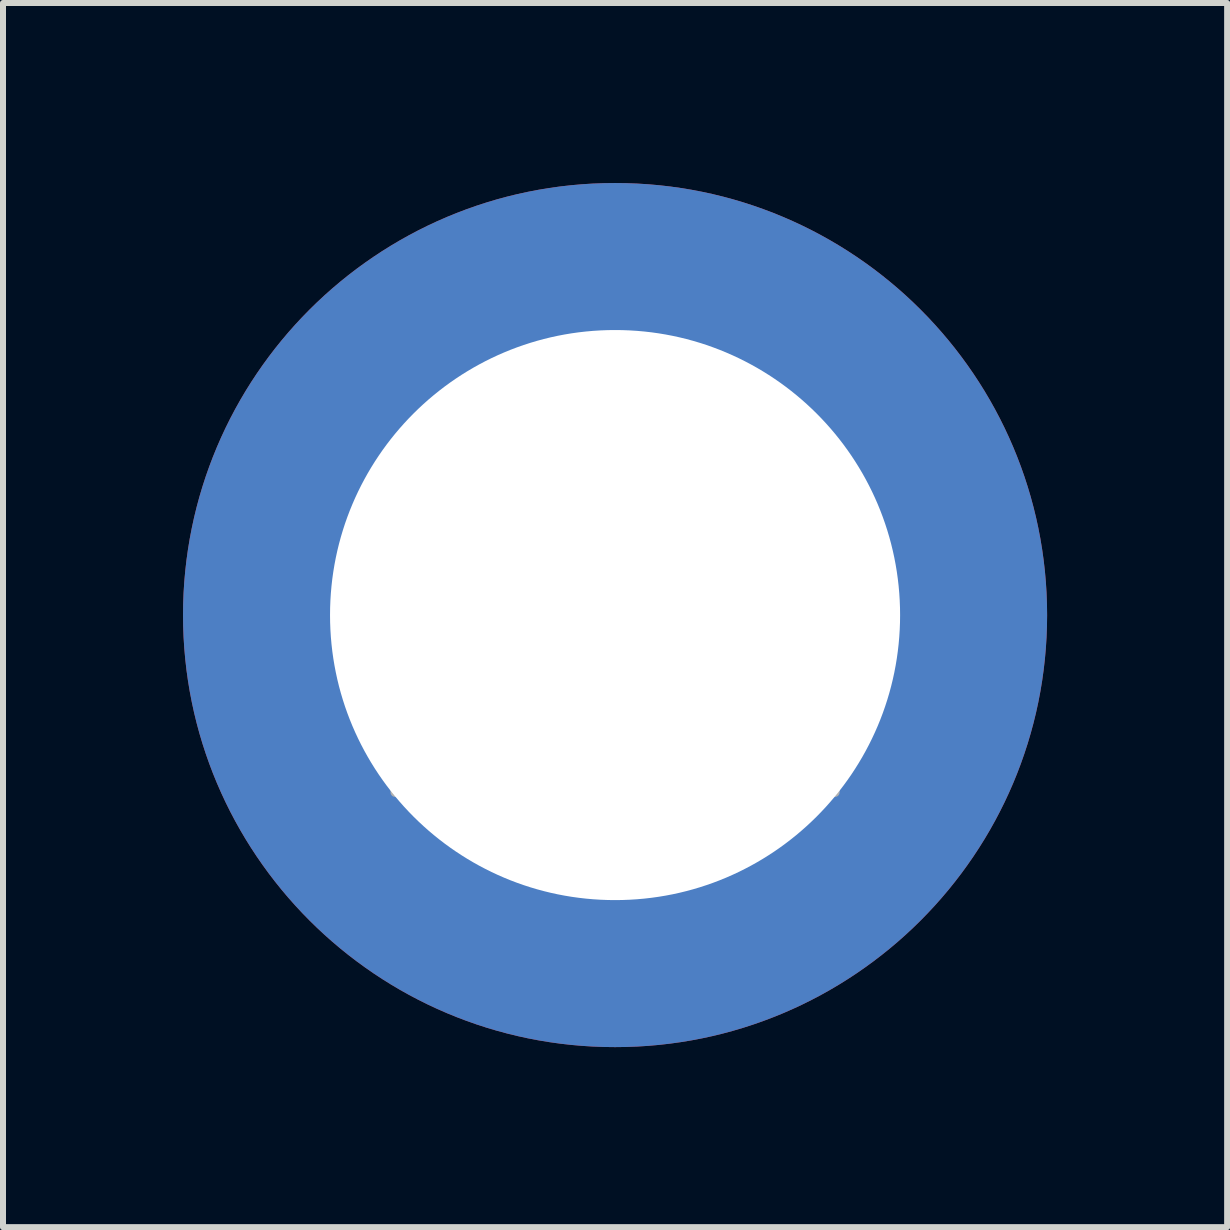
<source format=kicad_pcb>
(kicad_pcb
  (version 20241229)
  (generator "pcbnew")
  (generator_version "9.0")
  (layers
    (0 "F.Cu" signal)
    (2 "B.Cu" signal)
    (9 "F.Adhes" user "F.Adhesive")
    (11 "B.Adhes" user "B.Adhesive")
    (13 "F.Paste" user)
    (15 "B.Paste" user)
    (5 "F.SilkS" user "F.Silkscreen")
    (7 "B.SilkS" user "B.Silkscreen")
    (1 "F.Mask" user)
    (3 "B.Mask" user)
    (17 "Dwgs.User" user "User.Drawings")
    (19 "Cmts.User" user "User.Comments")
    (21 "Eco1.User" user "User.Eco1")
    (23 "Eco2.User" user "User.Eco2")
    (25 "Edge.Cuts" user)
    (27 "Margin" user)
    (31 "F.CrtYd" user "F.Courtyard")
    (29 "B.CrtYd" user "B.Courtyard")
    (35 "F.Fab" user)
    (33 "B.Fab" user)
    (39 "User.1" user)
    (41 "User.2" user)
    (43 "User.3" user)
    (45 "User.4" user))
  (footprint "Molex Pad"
    (layer "F.Cu")
    (at 7.2 7.2)
    (property "Reference" "Molex Pad" (at 0 -0.5 0) (unlocked yes) (layer "F.SilkS") (effects (font (size 1 1) (thickness 0.1))))
    (attr smd)
    (fp_text user "${REFERENCE}" (at 0 2.5 0) (unlocked yes) (layer "F.Fab") (effects (font (size 1 1) (thickness 0.15))))
    (pad "1" thru_hole circle (at 0 0) (size 14.4 14.4) (drill 9.5) (layers "*.Cu" "*.Mask")))
  (gr_rect
    (start -3 -3)
    (end 17.4 17.4)
    (stroke (width 0.1) (type default))
    (fill no)
    (layer "Edge.Cuts")))
</source>
